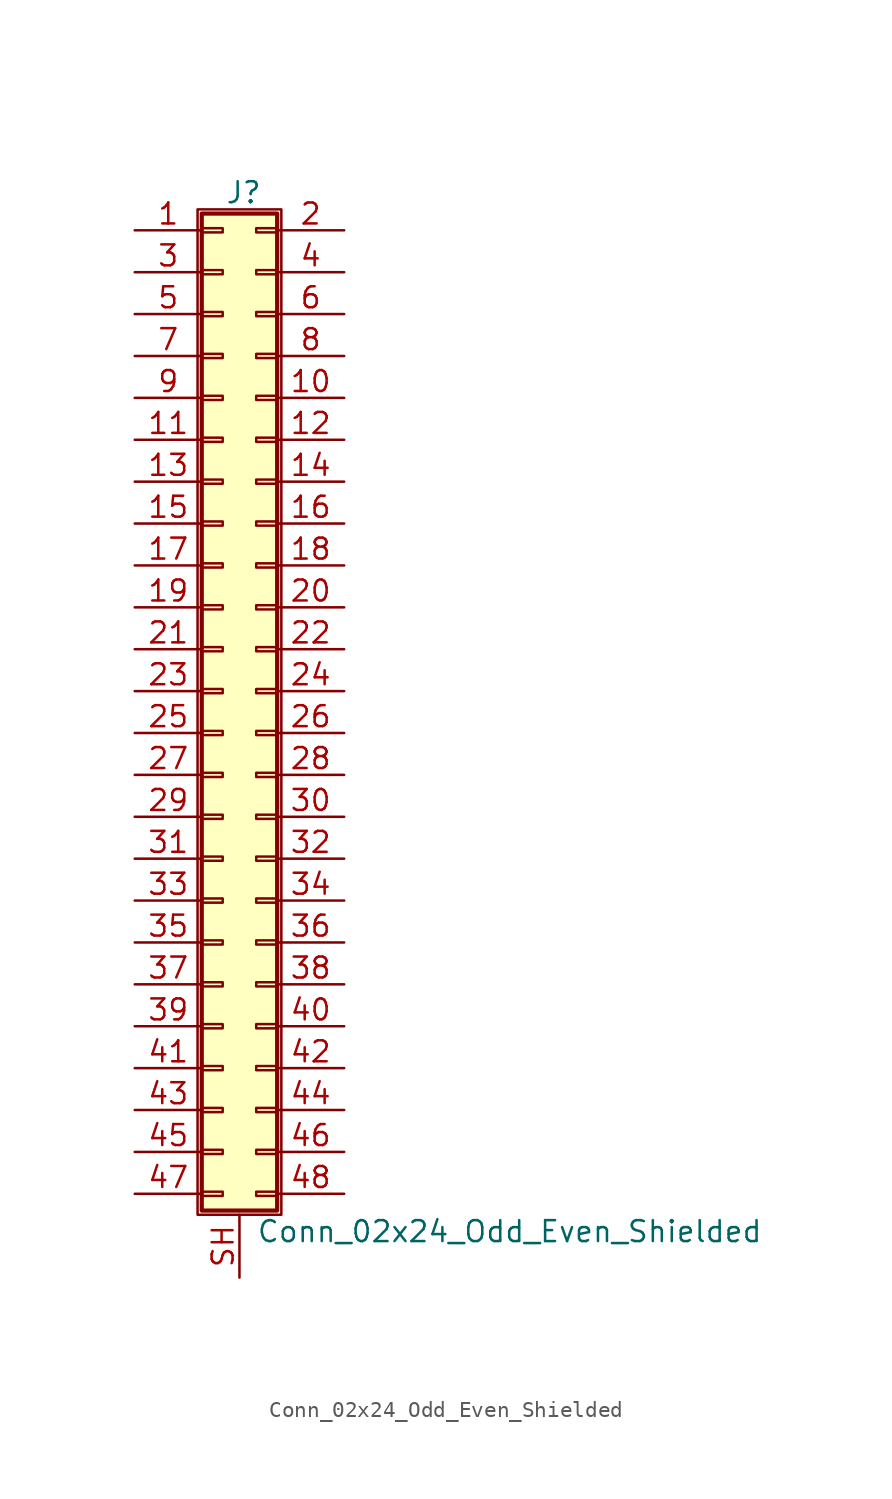
<source format=kicad_sym>
(kicad_symbol_lib
  (version 20211014)
  (generator kicad_symbol_editor)
  (symbol "Conn_02x24_Odd_Even_Shielded"
    (pin_names
      (offset 1.016) hide)
    (property "Reference" "J"
      (at 1.524 30.226 0)
      (effects (font (size 1.27 1.27))))
    (property "Value" "Conn_02x24_Odd_Even_Shielded"
      (at 2.286 -32.766 0)
      (effects (font (size 1.27 1.27)) (justify left)))
    (symbol "Conn_02x24_Odd_Even_Shielded_1_1"
      (rectangle (start -1.27 29.21) (end 3.81 -31.75) (stroke (width 0.152) (type default) (color 0 0 0 0)) (fill (type none)))
      (rectangle (start -1.016 -30.353) (end 0.254 -30.607) (stroke (width 0.152) (type default) (color 0 0 0 0)) (fill (type none)))
      (rectangle (start -1.016 -27.813) (end 0.254 -28.067) (stroke (width 0.152) (type default) (color 0 0 0 0)) (fill (type none)))
      (rectangle (start -1.016 -25.273) (end 0.254 -25.527) (stroke (width 0.152) (type default) (color 0 0 0 0)) (fill (type none)))
      (rectangle (start -1.016 -22.733) (end 0.254 -22.987) (stroke (width 0.152) (type default) (color 0 0 0 0)) (fill (type none)))
      (rectangle (start -1.016 -20.193) (end 0.254 -20.447) (stroke (width 0.152) (type default) (color 0 0 0 0)) (fill (type none)))
      (rectangle (start -1.016 -17.653) (end 0.254 -17.907) (stroke (width 0.152) (type default) (color 0 0 0 0)) (fill (type none)))
      (rectangle (start -1.016 -15.113) (end 0.254 -15.367) (stroke (width 0.152) (type default) (color 0 0 0 0)) (fill (type none)))
      (rectangle (start -1.016 -12.573) (end 0.254 -12.827) (stroke (width 0.152) (type default) (color 0 0 0 0)) (fill (type none)))
      (rectangle (start -1.016 -10.033) (end 0.254 -10.287) (stroke (width 0.152) (type default) (color 0 0 0 0)) (fill (type none)))
      (rectangle (start -1.016 -7.493) (end 0.254 -7.747) (stroke (width 0.152) (type default) (color 0 0 0 0)) (fill (type none)))
      (rectangle (start -1.016 -4.953) (end 0.254 -5.207) (stroke (width 0.152) (type default) (color 0 0 0 0)) (fill (type none)))
      (rectangle (start -1.016 -2.413) (end 0.254 -2.667) (stroke (width 0.152) (type default) (color 0 0 0 0)) (fill (type none)))
      (rectangle (start -1.016 0.127) (end 0.254 -0.127) (stroke (width 0.152) (type default) (color 0 0 0 0)) (fill (type none)))
      (rectangle (start -1.016 2.667) (end 0.254 2.413) (stroke (width 0.152) (type default) (color 0 0 0 0)) (fill (type none)))
      (rectangle (start -1.016 5.207) (end 0.254 4.953) (stroke (width 0.152) (type default) (color 0 0 0 0)) (fill (type none)))
      (rectangle (start -1.016 7.747) (end 0.254 7.493) (stroke (width 0.152) (type default) (color 0 0 0 0)) (fill (type none)))
      (rectangle (start -1.016 10.287) (end 0.254 10.033) (stroke (width 0.152) (type default) (color 0 0 0 0)) (fill (type none)))
      (rectangle (start -1.016 12.827) (end 0.254 12.573) (stroke (width 0.152) (type default) (color 0 0 0 0)) (fill (type none)))
      (rectangle (start -1.016 15.367) (end 0.254 15.113) (stroke (width 0.152) (type default) (color 0 0 0 0)) (fill (type none)))
      (rectangle (start -1.016 17.907) (end 0.254 17.653) (stroke (width 0.152) (type default) (color 0 0 0 0)) (fill (type none)))
      (rectangle (start -1.016 20.447) (end 0.254 20.193) (stroke (width 0.152) (type default) (color 0 0 0 0)) (fill (type none)))
      (rectangle (start -1.016 22.987) (end 0.254 22.733) (stroke (width 0.152) (type default) (color 0 0 0 0)) (fill (type none)))
      (rectangle (start -1.016 25.527) (end 0.254 25.273) (stroke (width 0.152) (type default) (color 0 0 0 0)) (fill (type none)))
      (rectangle (start -1.016 28.067) (end 0.254 27.813) (stroke (width 0.152) (type default) (color 0 0 0 0)) (fill (type none)))
      (rectangle (start -1.016 28.956) (end 3.556 -31.496) (stroke (width 0.254) (type default) (color 0 0 0 0)) (fill (type background)))
      (rectangle (start 3.556 -30.353) (end 2.286 -30.607) (stroke (width 0.152) (type default) (color 0 0 0 0)) (fill (type none)))
      (rectangle (start 3.556 -27.813) (end 2.286 -28.067) (stroke (width 0.152) (type default) (color 0 0 0 0)) (fill (type none)))
      (rectangle (start 3.556 -25.273) (end 2.286 -25.527) (stroke (width 0.152) (type default) (color 0 0 0 0)) (fill (type none)))
      (rectangle (start 3.556 -22.733) (end 2.286 -22.987) (stroke (width 0.152) (type default) (color 0 0 0 0)) (fill (type none)))
      (rectangle (start 3.556 -20.193) (end 2.286 -20.447) (stroke (width 0.152) (type default) (color 0 0 0 0)) (fill (type none)))
      (rectangle (start 3.556 -17.653) (end 2.286 -17.907) (stroke (width 0.152) (type default) (color 0 0 0 0)) (fill (type none)))
      (rectangle (start 3.556 -15.113) (end 2.286 -15.367) (stroke (width 0.152) (type default) (color 0 0 0 0)) (fill (type none)))
      (rectangle (start 3.556 -12.573) (end 2.286 -12.827) (stroke (width 0.152) (type default) (color 0 0 0 0)) (fill (type none)))
      (rectangle (start 3.556 -10.033) (end 2.286 -10.287) (stroke (width 0.152) (type default) (color 0 0 0 0)) (fill (type none)))
      (rectangle (start 3.556 -7.493) (end 2.286 -7.747) (stroke (width 0.152) (type default) (color 0 0 0 0)) (fill (type none)))
      (rectangle (start 3.556 -4.953) (end 2.286 -5.207) (stroke (width 0.152) (type default) (color 0 0 0 0)) (fill (type none)))
      (rectangle (start 3.556 -2.413) (end 2.286 -2.667) (stroke (width 0.152) (type default) (color 0 0 0 0)) (fill (type none)))
      (rectangle (start 3.556 0.127) (end 2.286 -0.127) (stroke (width 0.152) (type default) (color 0 0 0 0)) (fill (type none)))
      (rectangle (start 3.556 2.667) (end 2.286 2.413) (stroke (width 0.152) (type default) (color 0 0 0 0)) (fill (type none)))
      (rectangle (start 3.556 5.207) (end 2.286 4.953) (stroke (width 0.152) (type default) (color 0 0 0 0)) (fill (type none)))
      (rectangle (start 3.556 7.747) (end 2.286 7.493) (stroke (width 0.152) (type default) (color 0 0 0 0)) (fill (type none)))
      (rectangle (start 3.556 10.287) (end 2.286 10.033) (stroke (width 0.152) (type default) (color 0 0 0 0)) (fill (type none)))
      (rectangle (start 3.556 12.827) (end 2.286 12.573) (stroke (width 0.152) (type default) (color 0 0 0 0)) (fill (type none)))
      (rectangle (start 3.556 15.367) (end 2.286 15.113) (stroke (width 0.152) (type default) (color 0 0 0 0)) (fill (type none)))
      (rectangle (start 3.556 17.907) (end 2.286 17.653) (stroke (width 0.152) (type default) (color 0 0 0 0)) (fill (type none)))
      (rectangle (start 3.556 20.447) (end 2.286 20.193) (stroke (width 0.152) (type default) (color 0 0 0 0)) (fill (type none)))
      (rectangle (start 3.556 22.987) (end 2.286 22.733) (stroke (width 0.152) (type default) (color 0 0 0 0)) (fill (type none)))
      (rectangle (start 3.556 25.527) (end 2.286 25.273) (stroke (width 0.152) (type default) (color 0 0 0 0)) (fill (type none)))
      (rectangle (start 3.556 28.067) (end 2.286 27.813) (stroke (width 0.152) (type default) (color 0 0 0 0)) (fill (type none)))
      (pin passive line (at -5.08 27.94 0) (length 4.064) (name "Pin_1" (effects (font (size 1.27 1.27)))) (number "1" (effects (font (size 1.27 1.27)))))
      (pin passive line (at 7.62 17.78 180) (length 4.064) (name "Pin_10" (effects (font (size 1.27 1.27)))) (number "10" (effects (font (size 1.27 1.27)))))
      (pin passive line (at -5.08 15.24 0) (length 4.064) (name "Pin_11" (effects (font (size 1.27 1.27)))) (number "11" (effects (font (size 1.27 1.27)))))
      (pin passive line (at 7.62 15.24 180) (length 4.064) (name "Pin_12" (effects (font (size 1.27 1.27)))) (number "12" (effects (font (size 1.27 1.27)))))
      (pin passive line (at -5.08 12.7 0) (length 4.064) (name "Pin_13" (effects (font (size 1.27 1.27)))) (number "13" (effects (font (size 1.27 1.27)))))
      (pin passive line (at 7.62 12.7 180) (length 4.064) (name "Pin_14" (effects (font (size 1.27 1.27)))) (number "14" (effects (font (size 1.27 1.27)))))
      (pin passive line (at -5.08 10.16 0) (length 4.064) (name "Pin_15" (effects (font (size 1.27 1.27)))) (number "15" (effects (font (size 1.27 1.27)))))
      (pin passive line (at 7.62 10.16 180) (length 4.064) (name "Pin_16" (effects (font (size 1.27 1.27)))) (number "16" (effects (font (size 1.27 1.27)))))
      (pin passive line (at -5.08 7.62 0) (length 4.064) (name "Pin_17" (effects (font (size 1.27 1.27)))) (number "17" (effects (font (size 1.27 1.27)))))
      (pin passive line (at 7.62 7.62 180) (length 4.064) (name "Pin_18" (effects (font (size 1.27 1.27)))) (number "18" (effects (font (size 1.27 1.27)))))
      (pin passive line (at -5.08 5.08 0) (length 4.064) (name "Pin_19" (effects (font (size 1.27 1.27)))) (number "19" (effects (font (size 1.27 1.27)))))
      (pin passive line (at 7.62 27.94 180) (length 4.064) (name "Pin_2" (effects (font (size 1.27 1.27)))) (number "2" (effects (font (size 1.27 1.27)))))
      (pin passive line (at 7.62 5.08 180) (length 4.064) (name "Pin_20" (effects (font (size 1.27 1.27)))) (number "20" (effects (font (size 1.27 1.27)))))
      (pin passive line (at -5.08 2.54 0) (length 4.064) (name "Pin_21" (effects (font (size 1.27 1.27)))) (number "21" (effects (font (size 1.27 1.27)))))
      (pin passive line (at 7.62 2.54 180) (length 4.064) (name "Pin_22" (effects (font (size 1.27 1.27)))) (number "22" (effects (font (size 1.27 1.27)))))
      (pin passive line (at -5.08 0 0) (length 4.064) (name "Pin_23" (effects (font (size 1.27 1.27)))) (number "23" (effects (font (size 1.27 1.27)))))
      (pin passive line (at 7.62 0 180) (length 4.064) (name "Pin_24" (effects (font (size 1.27 1.27)))) (number "24" (effects (font (size 1.27 1.27)))))
      (pin passive line (at -5.08 -2.54 0) (length 4.064) (name "Pin_25" (effects (font (size 1.27 1.27)))) (number "25" (effects (font (size 1.27 1.27)))))
      (pin passive line (at 7.62 -2.54 180) (length 4.064) (name "Pin_26" (effects (font (size 1.27 1.27)))) (number "26" (effects (font (size 1.27 1.27)))))
      (pin passive line (at -5.08 -5.08 0) (length 4.064) (name "Pin_27" (effects (font (size 1.27 1.27)))) (number "27" (effects (font (size 1.27 1.27)))))
      (pin passive line (at 7.62 -5.08 180) (length 4.064) (name "Pin_28" (effects (font (size 1.27 1.27)))) (number "28" (effects (font (size 1.27 1.27)))))
      (pin passive line (at -5.08 -7.62 0) (length 4.064) (name "Pin_29" (effects (font (size 1.27 1.27)))) (number "29" (effects (font (size 1.27 1.27)))))
      (pin passive line (at -5.08 25.4 0) (length 4.064) (name "Pin_3" (effects (font (size 1.27 1.27)))) (number "3" (effects (font (size 1.27 1.27)))))
      (pin passive line (at 7.62 -7.62 180) (length 4.064) (name "Pin_30" (effects (font (size 1.27 1.27)))) (number "30" (effects (font (size 1.27 1.27)))))
      (pin passive line (at -5.08 -10.16 0) (length 4.064) (name "Pin_31" (effects (font (size 1.27 1.27)))) (number "31" (effects (font (size 1.27 1.27)))))
      (pin passive line (at 7.62 -10.16 180) (length 4.064) (name "Pin_32" (effects (font (size 1.27 1.27)))) (number "32" (effects (font (size 1.27 1.27)))))
      (pin passive line (at -5.08 -12.7 0) (length 4.064) (name "Pin_33" (effects (font (size 1.27 1.27)))) (number "33" (effects (font (size 1.27 1.27)))))
      (pin passive line (at 7.62 -12.7 180) (length 4.064) (name "Pin_34" (effects (font (size 1.27 1.27)))) (number "34" (effects (font (size 1.27 1.27)))))
      (pin passive line (at -5.08 -15.24 0) (length 4.064) (name "Pin_35" (effects (font (size 1.27 1.27)))) (number "35" (effects (font (size 1.27 1.27)))))
      (pin passive line (at 7.62 -15.24 180) (length 4.064) (name "Pin_36" (effects (font (size 1.27 1.27)))) (number "36" (effects (font (size 1.27 1.27)))))
      (pin passive line (at -5.08 -17.78 0) (length 4.064) (name "Pin_37" (effects (font (size 1.27 1.27)))) (number "37" (effects (font (size 1.27 1.27)))))
      (pin passive line (at 7.62 -17.78 180) (length 4.064) (name "Pin_38" (effects (font (size 1.27 1.27)))) (number "38" (effects (font (size 1.27 1.27)))))
      (pin passive line (at -5.08 -20.32 0) (length 4.064) (name "Pin_39" (effects (font (size 1.27 1.27)))) (number "39" (effects (font (size 1.27 1.27)))))
      (pin passive line (at 7.62 25.4 180) (length 4.064) (name "Pin_4" (effects (font (size 1.27 1.27)))) (number "4" (effects (font (size 1.27 1.27)))))
      (pin passive line (at 7.62 -20.32 180) (length 4.064) (name "Pin_40" (effects (font (size 1.27 1.27)))) (number "40" (effects (font (size 1.27 1.27)))))
      (pin passive line (at -5.08 -22.86 0) (length 4.064) (name "Pin_41" (effects (font (size 1.27 1.27)))) (number "41" (effects (font (size 1.27 1.27)))))
      (pin passive line (at 7.62 -22.86 180) (length 4.064) (name "Pin_42" (effects (font (size 1.27 1.27)))) (number "42" (effects (font (size 1.27 1.27)))))
      (pin passive line (at -5.08 -25.4 0) (length 4.064) (name "Pin_43" (effects (font (size 1.27 1.27)))) (number "43" (effects (font (size 1.27 1.27)))))
      (pin passive line (at 7.62 -25.4 180) (length 4.064) (name "Pin_44" (effects (font (size 1.27 1.27)))) (number "44" (effects (font (size 1.27 1.27)))))
      (pin passive line (at -5.08 -27.94 0) (length 4.064) (name "Pin_45" (effects (font (size 1.27 1.27)))) (number "45" (effects (font (size 1.27 1.27)))))
      (pin passive line (at 7.62 -27.94 180) (length 4.064) (name "Pin_46" (effects (font (size 1.27 1.27)))) (number "46" (effects (font (size 1.27 1.27)))))
      (pin passive line (at -5.08 -30.48 0) (length 4.064) (name "Pin_47" (effects (font (size 1.27 1.27)))) (number "47" (effects (font (size 1.27 1.27)))))
      (pin passive line (at 7.62 -30.48 180) (length 4.064) (name "Pin_48" (effects (font (size 1.27 1.27)))) (number "48" (effects (font (size 1.27 1.27)))))
      (pin passive line (at -5.08 22.86 0) (length 4.064) (name "Pin_5" (effects (font (size 1.27 1.27)))) (number "5" (effects (font (size 1.27 1.27)))))
      (pin passive line (at 7.62 22.86 180) (length 4.064) (name "Pin_6" (effects (font (size 1.27 1.27)))) (number "6" (effects (font (size 1.27 1.27)))))
      (pin passive line (at -5.08 20.32 0) (length 4.064) (name "Pin_7" (effects (font (size 1.27 1.27)))) (number "7" (effects (font (size 1.27 1.27)))))
      (pin passive line (at 7.62 20.32 180) (length 4.064) (name "Pin_8" (effects (font (size 1.27 1.27)))) (number "8" (effects (font (size 1.27 1.27)))))
      (pin passive line (at -5.08 17.78 0) (length 4.064) (name "Pin_9" (effects (font (size 1.27 1.27)))) (number "9" (effects (font (size 1.27 1.27)))))
      (pin passive line (at 1.27 -35.56 90) (length 3.81) (name "Shield" (effects (font (size 1.27 1.27)))) (number "SH" (effects (font (size 1.27 1.27))))))))
</source>
